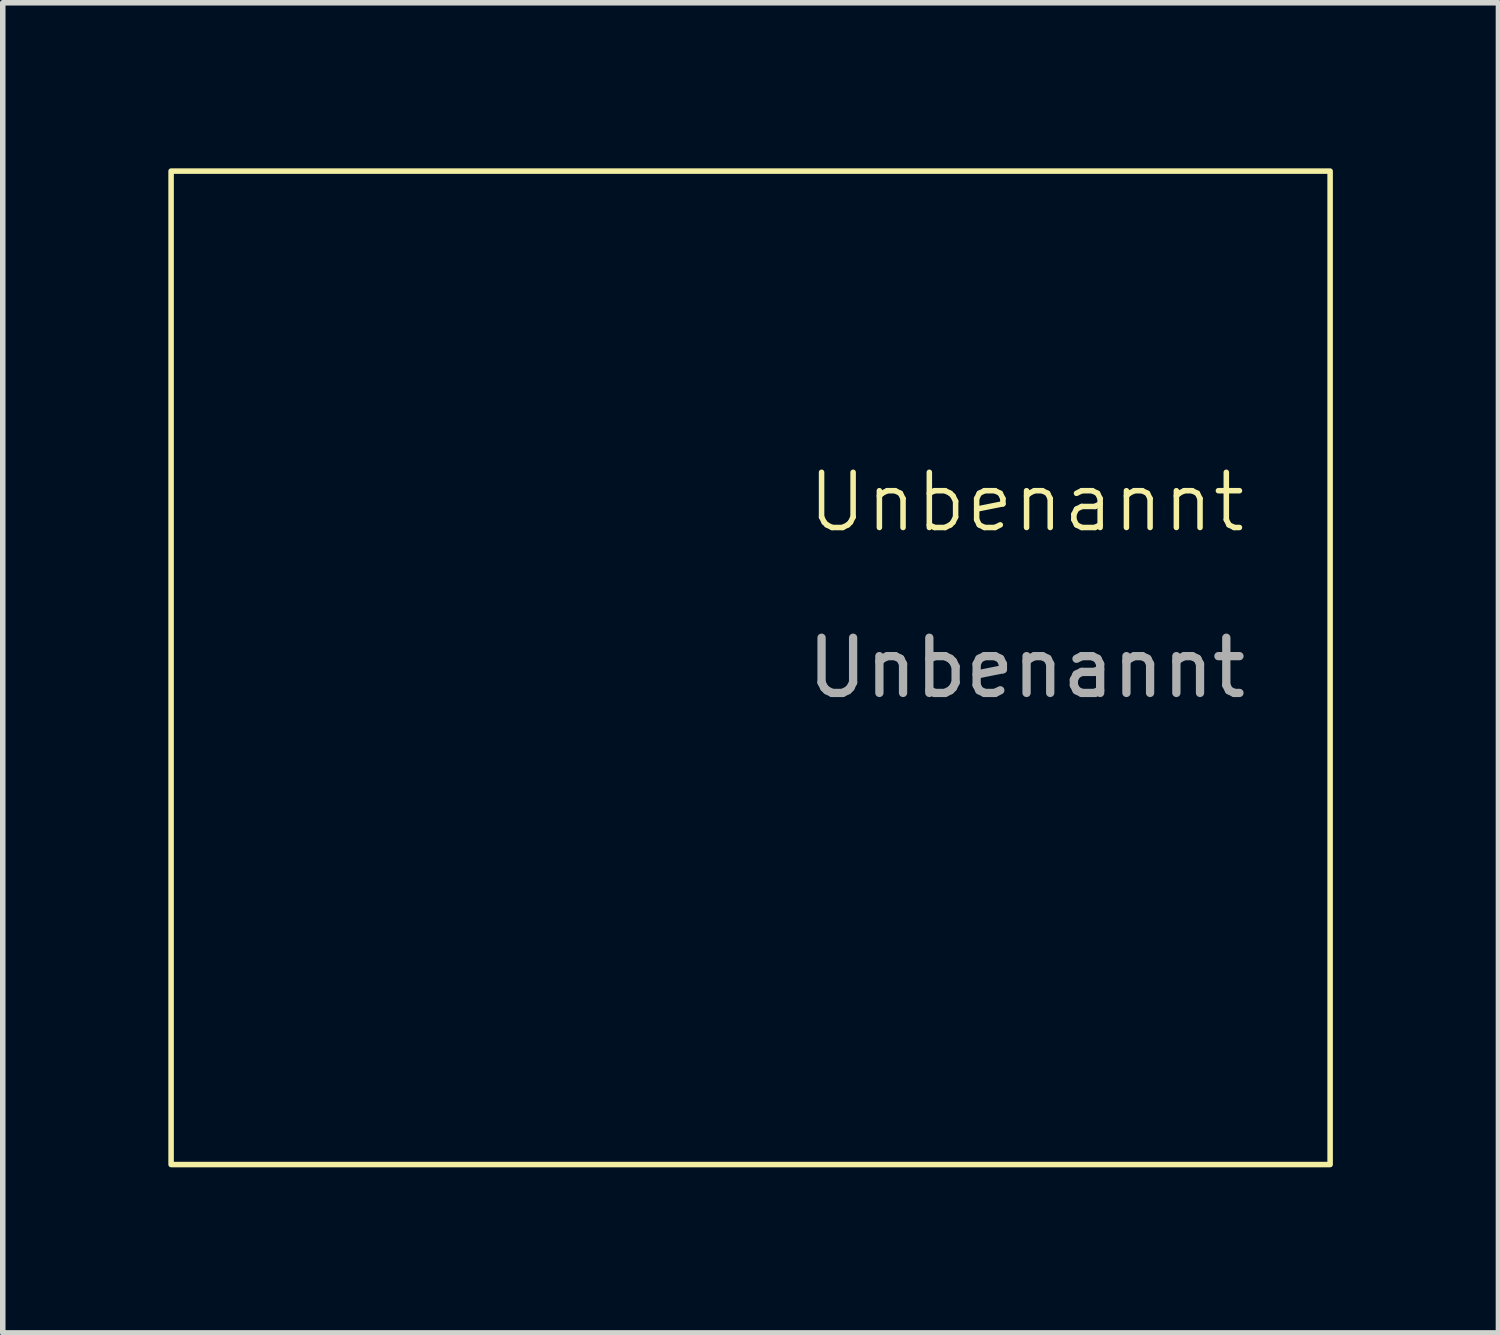
<source format=kicad_pcb>
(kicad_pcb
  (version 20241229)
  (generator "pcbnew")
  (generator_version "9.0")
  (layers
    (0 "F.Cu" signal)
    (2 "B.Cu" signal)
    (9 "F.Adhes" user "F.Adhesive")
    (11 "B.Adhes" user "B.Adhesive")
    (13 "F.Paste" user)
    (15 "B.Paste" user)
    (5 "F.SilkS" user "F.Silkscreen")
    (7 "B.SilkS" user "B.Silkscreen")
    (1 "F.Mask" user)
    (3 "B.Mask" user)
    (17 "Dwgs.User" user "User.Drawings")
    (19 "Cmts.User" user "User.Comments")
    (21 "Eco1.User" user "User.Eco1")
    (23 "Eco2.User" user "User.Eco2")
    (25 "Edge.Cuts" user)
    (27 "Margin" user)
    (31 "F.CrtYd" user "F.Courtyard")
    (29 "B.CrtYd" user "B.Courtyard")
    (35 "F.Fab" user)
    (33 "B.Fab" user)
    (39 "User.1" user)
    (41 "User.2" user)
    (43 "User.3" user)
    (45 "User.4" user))
  (footprint "Unbenannt"
    (layer "F.Cu")
    (at 15.55 6.55)
    (property "Reference" "Unbenannt" (at 0 -0.5 0) (unlocked yes) (layer "F.SilkS") (effects (font (size 1 1) (thickness 0.1))))
    (attr smd)
    (fp_rect (start -15.5 -6.5) (end 5.5 11.5) (stroke (width 0.1) (type default)) (fill no) (layer "F.SilkS"))
    (fp_text user "${REFERENCE}" (at 0 2.5 0) (unlocked yes) (layer "F.Fab") (effects (font (size 1 1) (thickness 0.15)))))
  (gr_rect
    (start -3 -3)
    (end 24.1 21.1)
    (stroke (width 0.1) (type default))
    (fill no)
    (layer "Edge.Cuts")))
</source>
